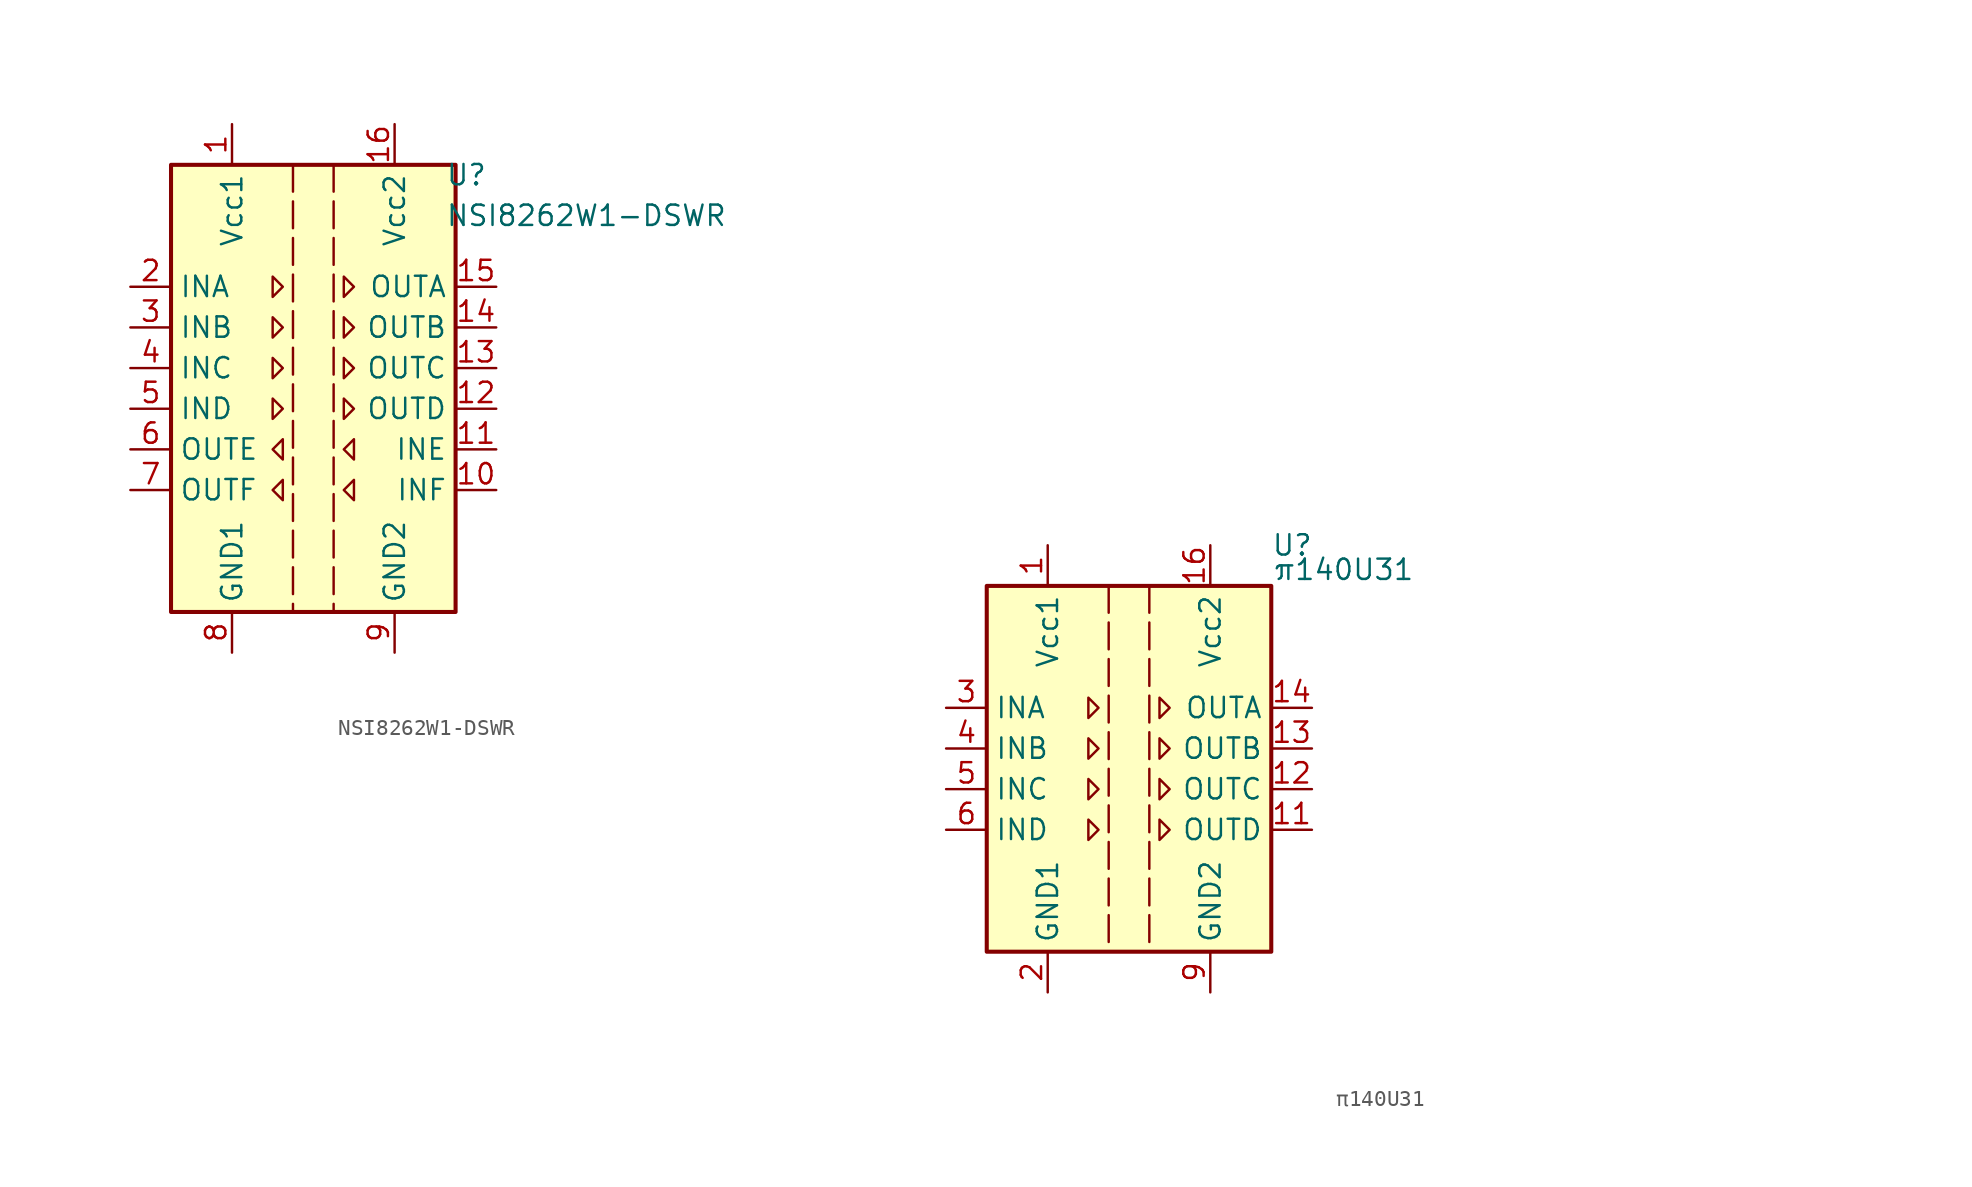
<source format=kicad_sym>
(kicad_symbol_lib
  (version 20241209)
  (generator "kicad_symbol_editor")
  (generator_version "9.0")
  (symbol "NSI8262W1-DSWR"
    (property "Reference" "U"
      (at 8.255 14.605 0)
      (effects (font (size 1.27 1.27)) (justify left)))
    (property "Value" "NSI8262W1-DSWR"
      (at 8.255 12.065 0)
      (effects (font (size 1.27 1.27)) (justify left)))
    (symbol "NSI8262W1-DSWR_0_1"
      (rectangle (start -8.89 15.24) (end 8.89 -12.7) (stroke (width 0.254) (type default)) (fill (type background)))
      (polyline (pts (xy -2.54 8.255) (xy -1.905 7.62) (xy -2.54 6.985) (xy -2.54 8.255)) (stroke (width 0) (type default)) (fill (type none)))
      (polyline (pts (xy -1.27 15.24) (xy -1.27 -12.7)) (stroke (width 0) (type dash)) (fill (type none)))
      (polyline (pts (xy 1.27 15.24) (xy 1.27 -12.7)) (stroke (width 0) (type dash)) (fill (type none)))
      (polyline (pts (xy 1.905 8.255) (xy 2.54 7.62) (xy 1.905 6.985) (xy 1.905 8.255)) (stroke (width 0) (type default)) (fill (type none))))
    (symbol "NSI8262W1-DSWR_1_1"
      (polyline (pts (xy -2.54 5.715) (xy -1.905 5.08) (xy -2.54 4.445) (xy -2.54 5.715)) (stroke (width 0) (type default)) (fill (type none)))
      (polyline (pts (xy -2.54 3.175) (xy -1.905 2.54) (xy -2.54 1.905) (xy -2.54 3.175)) (stroke (width 0) (type default)) (fill (type none)))
      (polyline (pts (xy -2.54 0.635) (xy -1.905 0) (xy -2.54 -0.635) (xy -2.54 0.635)) (stroke (width 0) (type default)) (fill (type none)))
      (polyline (pts (xy -1.905 -1.905) (xy -2.54 -2.54) (xy -1.905 -3.175) (xy -1.905 -1.905)) (stroke (width 0) (type default)) (fill (type none)))
      (polyline (pts (xy -1.905 -4.445) (xy -2.54 -5.08) (xy -1.905 -5.715) (xy -1.905 -4.445)) (stroke (width 0) (type default)) (fill (type none)))
      (polyline (pts (xy 1.905 5.715) (xy 2.54 5.08) (xy 1.905 4.445) (xy 1.905 5.715)) (stroke (width 0) (type default)) (fill (type none)))
      (polyline (pts (xy 1.905 3.175) (xy 2.54 2.54) (xy 1.905 1.905) (xy 1.905 3.175)) (stroke (width 0) (type default)) (fill (type none)))
      (polyline (pts (xy 1.905 0.635) (xy 2.54 0) (xy 1.905 -0.635) (xy 1.905 0.635)) (stroke (width 0) (type default)) (fill (type none)))
      (polyline (pts (xy 2.54 -1.905) (xy 1.905 -2.54) (xy 2.54 -3.175) (xy 2.54 -1.905)) (stroke (width 0) (type default)) (fill (type none)))
      (polyline (pts (xy 2.54 -4.445) (xy 1.905 -5.08) (xy 2.54 -5.715) (xy 2.54 -4.445)) (stroke (width 0) (type default)) (fill (type none)))
      (pin input line (at -11.43 7.62 0) (length 2.54) (name "INA" (effects (font (size 1.27 1.27)))) (number "2" (effects (font (size 1.27 1.27)))))
      (pin input line (at -11.43 5.08 0) (length 2.54) (name "INB" (effects (font (size 1.27 1.27)))) (number "3" (effects (font (size 1.27 1.27)))))
      (pin input line (at -11.43 2.54 0) (length 2.54) (name "INC" (effects (font (size 1.27 1.27)))) (number "4" (effects (font (size 1.27 1.27)))))
      (pin input line (at -11.43 0 0) (length 2.54) (name "IND" (effects (font (size 1.27 1.27)))) (number "5" (effects (font (size 1.27 1.27)))))
      (pin output line (at -11.43 -2.54 0) (length 2.54) (name "OUTE" (effects (font (size 1.27 1.27)))) (number "6" (effects (font (size 1.27 1.27)))))
      (pin output line (at -11.43 -5.08 0) (length 2.54) (name "OUTF" (effects (font (size 1.27 1.27)))) (number "7" (effects (font (size 1.27 1.27)))))
      (pin power_in line (at -5.08 17.78 270) (length 2.54) (name "Vcc1" (effects (font (size 1.27 1.27)))) (number "1" (effects (font (size 1.27 1.27)))))
      (pin power_in line (at -5.08 -15.24 90) (length 2.54) (name "GND1" (effects (font (size 1.27 1.27)))) (number "8" (effects (font (size 1.27 1.27)))))
      (pin power_in line (at 5.08 17.78 270) (length 2.54) (name "Vcc2" (effects (font (size 1.27 1.27)))) (number "16" (effects (font (size 1.27 1.27)))))
      (pin power_in line (at 5.08 -15.24 90) (length 2.54) (name "GND2" (effects (font (size 1.27 1.27)))) (number "9" (effects (font (size 1.27 1.27)))))
      (pin output line (at 11.43 7.62 180) (length 2.54) (name "OUTA" (effects (font (size 1.27 1.27)))) (number "15" (effects (font (size 1.27 1.27)))))
      (pin output line (at 11.43 5.08 180) (length 2.54) (name "OUTB" (effects (font (size 1.27 1.27)))) (number "14" (effects (font (size 1.27 1.27)))))
      (pin output line (at 11.43 2.54 180) (length 2.54) (name "OUTC" (effects (font (size 1.27 1.27)))) (number "13" (effects (font (size 1.27 1.27)))))
      (pin output line (at 11.43 0 180) (length 2.54) (name "OUTD" (effects (font (size 1.27 1.27)))) (number "12" (effects (font (size 1.27 1.27)))))
      (pin input line (at 11.43 -2.54 180) (length 2.54) (name "INE" (effects (font (size 1.27 1.27)))) (number "11" (effects (font (size 1.27 1.27)))))
      (pin input line (at 11.43 -5.08 180) (length 2.54) (name "INF" (effects (font (size 1.27 1.27)))) (number "10" (effects (font (size 1.27 1.27)))))))
  (symbol "π140U31"
    (property "Reference" "U"
      (at 8.89 15.24 0)
      (effects (font (size 1.27 1.27)) (justify left)))
    (property "Value" "π140U31"
      (at 8.89 13.716 0)
      (effects (font (size 1.27 1.27)) (justify left)))
    (symbol "π140U31_0_1"
      (rectangle (start -8.89 12.7) (end 8.89 -10.16) (stroke (width 0.254) (type default)) (fill (type background)))
      (polyline (pts (xy -1.27 12.7) (xy -1.27 -10.16)) (stroke (width 0) (type dash)) (fill (type none)))
      (polyline (pts (xy 1.27 12.7) (xy 1.27 -10.16)) (stroke (width 0) (type dash)) (fill (type none))))
    (symbol "π140U31_1_1"
      (polyline (pts (xy -2.54 5.715) (xy -1.905 5.08) (xy -2.54 4.445) (xy -2.54 5.715)) (stroke (width 0) (type default)) (fill (type none)))
      (polyline (pts (xy -2.54 3.175) (xy -1.905 2.54) (xy -2.54 1.905) (xy -2.54 3.175)) (stroke (width 0) (type default)) (fill (type none)))
      (polyline (pts (xy -2.54 0.635) (xy -1.905 0) (xy -2.54 -0.635) (xy -2.54 0.635)) (stroke (width 0) (type default)) (fill (type none)))
      (polyline (pts (xy -2.54 -1.905) (xy -1.905 -2.54) (xy -2.54 -3.175) (xy -2.54 -1.905)) (stroke (width 0) (type default)) (fill (type none)))
      (polyline (pts (xy 1.905 5.715) (xy 2.54 5.08) (xy 1.905 4.445) (xy 1.905 5.715)) (stroke (width 0) (type default)) (fill (type none)))
      (polyline (pts (xy 1.905 3.175) (xy 2.54 2.54) (xy 1.905 1.905) (xy 1.905 3.175)) (stroke (width 0) (type default)) (fill (type none)))
      (polyline (pts (xy 1.905 0.635) (xy 2.54 0) (xy 1.905 -0.635) (xy 1.905 0.635)) (stroke (width 0) (type default)) (fill (type none)))
      (polyline (pts (xy 1.905 -1.905) (xy 2.54 -2.54) (xy 1.905 -3.175) (xy 1.905 -1.905)) (stroke (width 0) (type default)) (fill (type none)))
      (text_box private "PIN 7 and 10 are specified as NC for this IC, but left floating to ensure compatibility with other devices in same IC series with these as EN pins" (at 15.24 40.005 0) (size 27.94 -15.875) (margins 1.016 1.016 1.016 1.016) (stroke (width 0) (type solid)) (fill (type none)) (effects (font (size 1.27 1.27)) (justify left top)))
      (pin input line (at -11.43 5.08 0) (length 2.54) (name "INA" (effects (font (size 1.27 1.27)))) (number "3" (effects (font (size 1.27 1.27)))))
      (pin input line (at -11.43 2.54 0) (length 2.54) (name "INB" (effects (font (size 1.27 1.27)))) (number "4" (effects (font (size 1.27 1.27)))))
      (pin input line (at -11.43 0 0) (length 2.54) (name "INC" (effects (font (size 1.27 1.27)))) (number "5" (effects (font (size 1.27 1.27)))))
      (pin input line (at -11.43 -2.54 0) (length 2.54) (name "IND" (effects (font (size 1.27 1.27)))) (number "6" (effects (font (size 1.27 1.27)))))
      (pin power_in line (at -5.08 15.24 270) (length 2.54) (name "Vcc1" (effects (font (size 1.27 1.27)))) (number "1" (effects (font (size 1.27 1.27)))))
      (pin power_in line (at -5.08 -12.7 90) (length 2.54) (name "GND1" (effects (font (size 1.27 1.27)))) (number "2" (effects (font (size 1.27 1.27)))))
      (pin power_in line (at -5.08 -12.7 90) (length 2.54) (hide yes) (name "GND1" (effects (font (size 1.27 1.27)))) (number "8" (effects (font (size 1.27 1.27)))))
      (pin power_in line (at 5.08 15.24 270) (length 2.54) (name "Vcc2" (effects (font (size 1.27 1.27)))) (number "16" (effects (font (size 1.27 1.27)))))
      (pin power_in line (at 5.08 -12.7 90) (length 2.54) (hide yes) (name "GND2" (effects (font (size 1.27 1.27)))) (number "15" (effects (font (size 1.27 1.27)))))
      (pin power_in line (at 5.08 -12.7 90) (length 2.54) (name "GND2" (effects (font (size 1.27 1.27)))) (number "9" (effects (font (size 1.27 1.27)))))
      (pin output line (at 11.43 5.08 180) (length 2.54) (name "OUTA" (effects (font (size 1.27 1.27)))) (number "14" (effects (font (size 1.27 1.27)))))
      (pin output line (at 11.43 2.54 180) (length 2.54) (name "OUTB" (effects (font (size 1.27 1.27)))) (number "13" (effects (font (size 1.27 1.27)))))
      (pin output line (at 11.43 0 180) (length 2.54) (name "OUTC" (effects (font (size 1.27 1.27)))) (number "12" (effects (font (size 1.27 1.27)))))
      (pin input line (at 11.43 -2.54 180) (length 2.54) (name "OUTD" (effects (font (size 1.27 1.27)))) (number "11" (effects (font (size 1.27 1.27))))))))
</source>
